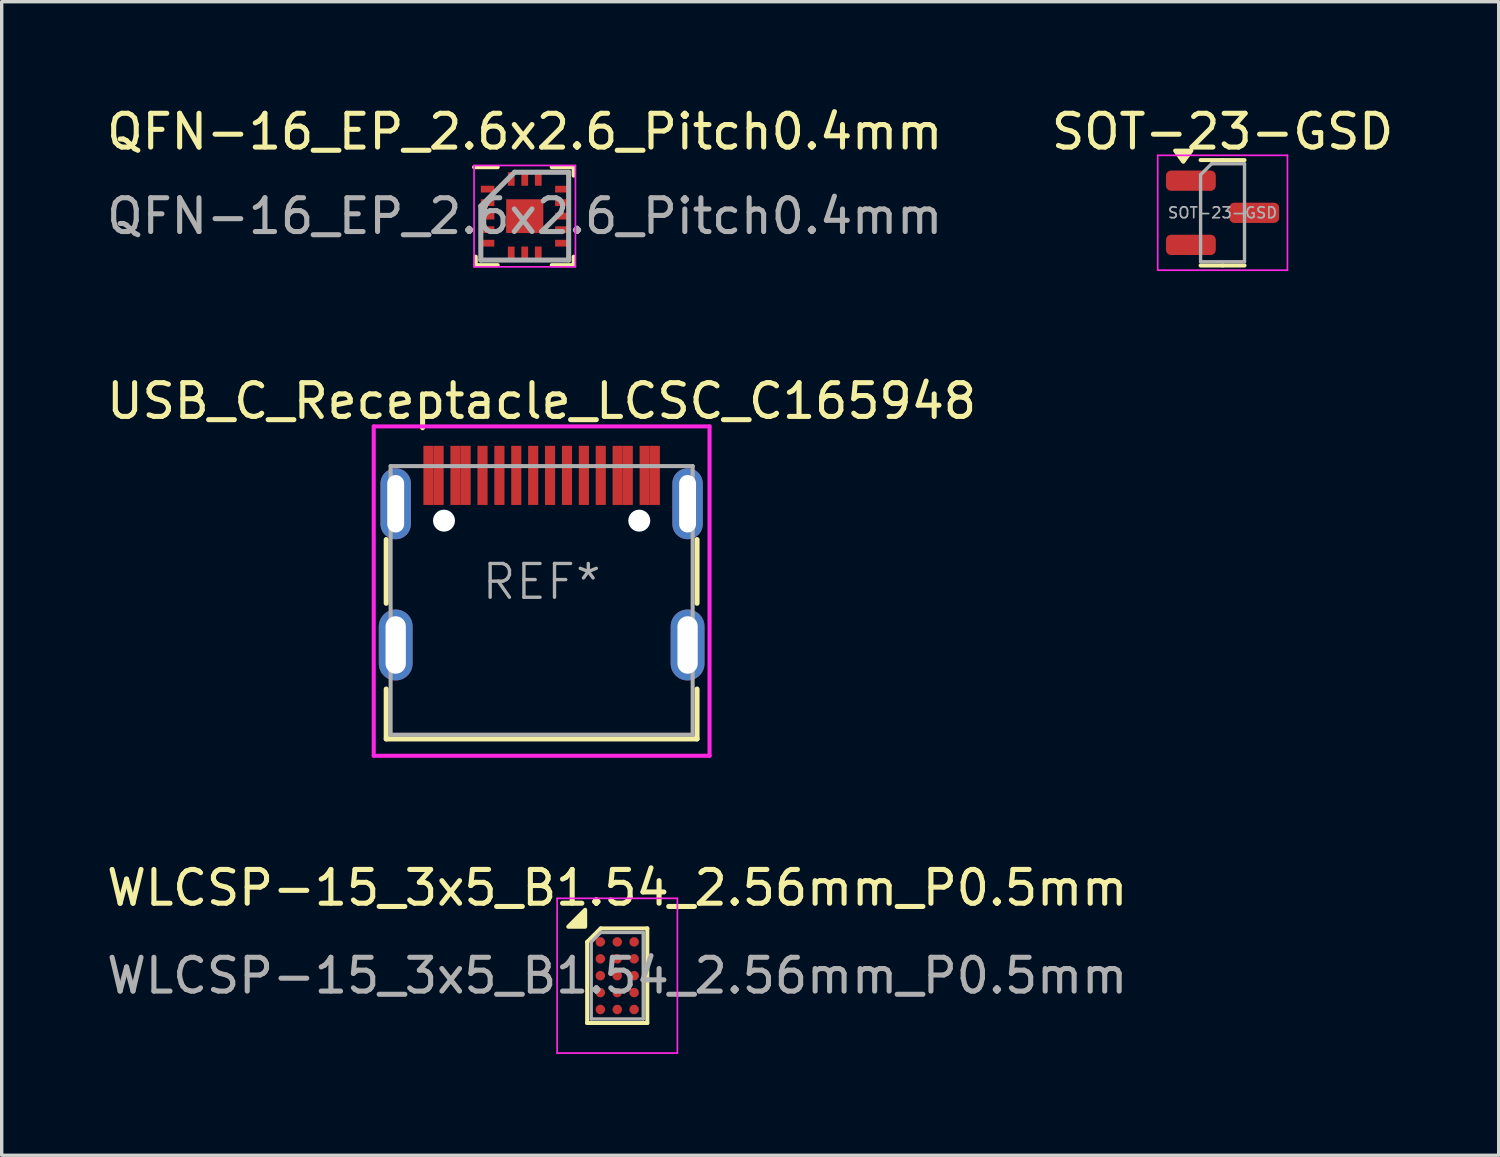
<source format=kicad_pcb>
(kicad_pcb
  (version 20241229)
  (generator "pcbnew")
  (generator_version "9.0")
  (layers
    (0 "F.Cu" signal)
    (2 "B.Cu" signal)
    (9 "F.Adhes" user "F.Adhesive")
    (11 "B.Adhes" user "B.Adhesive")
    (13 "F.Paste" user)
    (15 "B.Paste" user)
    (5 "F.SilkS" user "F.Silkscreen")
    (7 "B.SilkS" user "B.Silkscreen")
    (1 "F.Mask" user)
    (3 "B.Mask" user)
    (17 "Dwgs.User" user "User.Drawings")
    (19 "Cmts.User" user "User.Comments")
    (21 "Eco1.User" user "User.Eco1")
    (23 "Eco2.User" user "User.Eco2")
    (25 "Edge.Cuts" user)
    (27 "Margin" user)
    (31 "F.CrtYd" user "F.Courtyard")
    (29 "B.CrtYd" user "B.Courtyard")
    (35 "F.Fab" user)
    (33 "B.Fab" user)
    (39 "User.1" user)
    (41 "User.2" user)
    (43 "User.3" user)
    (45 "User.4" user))
  (footprint "QFN-16_EP_2.6x2.6_Pitch0.4mm"
    (layer "F.Cu")
    (at 12.482 3.348)
    (property "Reference" "QFN-16_EP_2.6x2.6_Pitch0.4mm" (at 0 -2.5 0) (layer "F.SilkS") (effects (font (size 1 1) (thickness 0.15))))
    (attr smd)
    (fp_line (start -1.45 1.45) (end -1.45 1.2) (stroke (width 0.12) (type default)) (layer "F.SilkS"))
    (fp_line (start -0.8 -1.45) (end -1.5 -1.45) (stroke (width 0.12) (type default)) (layer "F.SilkS"))
    (fp_line (start -0.8 1.45) (end -1.45 1.45) (stroke (width 0.12) (type default)) (layer "F.SilkS"))
    (fp_line (start 0.8 -1.45) (end 1.45 -1.45) (stroke (width 0.12) (type default)) (layer "F.SilkS"))
    (fp_line (start 0.8 1.45) (end 1.45 1.45) (stroke (width 0.12) (type default)) (layer "F.SilkS"))
    (fp_line (start 1.45 -1.45) (end 1.45 -1.2) (stroke (width 0.12) (type default)) (layer "F.SilkS"))
    (fp_line (start 1.45 1.45) (end 1.45 1.2) (stroke (width 0.12) (type default)) (layer "F.SilkS"))
    (fp_line (start -1.5 -1.5) (end 1.5 -1.5) (stroke (width 0.05) (type default)) (layer "F.CrtYd"))
    (fp_line (start -1.5 1.5) (end -1.5 -1.5) (stroke (width 0.05) (type default)) (layer "F.CrtYd"))
    (fp_line (start 1.5 -1.5) (end 1.5 1.5) (stroke (width 0.05) (type default)) (layer "F.CrtYd"))
    (fp_line (start 1.5 1.5) (end -1.5 1.5) (stroke (width 0.05) (type default)) (layer "F.CrtYd"))
    (fp_line (start -1.3 -0.3) (end -1.3 1.3) (stroke (width 0.15) (type default)) (layer "F.Fab"))
    (fp_line (start -1.3 1.3) (end 1.3 1.3) (stroke (width 0.15) (type default)) (layer "F.Fab"))
    (fp_line (start -0.3 -1.3) (end -1.3 -0.3) (stroke (width 0.15) (type default)) (layer "F.Fab"))
    (fp_line (start 1.3 -1.3) (end -0.3 -1.3) (stroke (width 0.15) (type default)) (layer "F.Fab"))
    (fp_line (start 1.3 1.3) (end 1.3 -1.3) (stroke (width 0.15) (type default)) (layer "F.Fab"))
    (fp_text user "${REFERENCE}" (at 0 0 0) (layer "F.Fab") (effects (font (size 1 1) (thickness 0.15))))
    (pad "" smd rect (at -0.412 -0.375) (size 0.025 0.000001) (layers "F.Paste"))
    (pad "" smd rect (at -0.412 -0.125) (size 0.025 0.000001) (layers "F.Paste"))
    (pad "" smd rect (at -0.412 0.125) (size 0.025 0.000001) (layers "F.Paste"))
    (pad "" smd rect (at -0.412 0.375) (size 0.025 0.000001) (layers "F.Paste"))
    (pad "" smd rect (at -0.138 -0.375) (size 0.025 0.000001) (layers "F.Paste"))
    (pad "" smd rect (at -0.138 -0.125) (size 0.025 0.000001) (layers "F.Paste"))
    (pad "" smd rect (at -0.138 0.125) (size 0.025 0.000001) (layers "F.Paste"))
    (pad "" smd rect (at -0.138 0.375) (size 0.025 0.000001) (layers "F.Paste"))
    (pad "" smd rect (at 0.138 -0.375) (size 0.025 0.000001) (layers "F.Paste"))
    (pad "" smd rect (at 0.138 -0.125) (size 0.025 0.000001) (layers "F.Paste"))
    (pad "" smd rect (at 0.138 0.125) (size 0.025 0.000001) (layers "F.Paste"))
    (pad "" smd rect (at 0.138 0.375) (size 0.025 0.000001) (layers "F.Paste"))
    (pad "" smd rect (at 0.412 -0.375) (size 0.025 0.000001) (layers "F.Paste"))
    (pad "" smd rect (at 0.412 -0.125) (size 0.025 0.000001) (layers "F.Paste"))
    (pad "" smd rect (at 0.412 0.125) (size 0.025 0.000001) (layers "F.Paste"))
    (pad "" smd rect (at 0.412 0.375) (size 0.025 0.000001) (layers "F.Paste"))
    (pad "1" smd rect (at -1.1 -0.8 90) (size 0.2 0.4) (layers "F.Cu" "F.Mask" "F.Paste"))
    (pad "2" smd rect (at -1.1 -0.4 90) (size 0.2 0.4) (layers "F.Cu" "F.Mask" "F.Paste"))
    (pad "3" smd rect (at -1.1 0 90) (size 0.2 0.4) (layers "F.Cu" "F.Mask" "F.Paste"))
    (pad "4" smd rect (at -1.1 0.4 90) (size 0.2 0.4) (layers "F.Cu" "F.Mask" "F.Paste"))
    (pad "5" smd rect (at -1.1 0.8 90) (size 0.2 0.4) (layers "F.Cu" "F.Mask" "F.Paste"))
    (pad "6" smd rect (at -0.4 1.1) (size 0.2 0.4) (layers "F.Cu" "F.Mask" "F.Paste"))
    (pad "7" smd rect (at 0 1.1) (size 0.2 0.4) (layers "F.Cu" "F.Mask" "F.Paste"))
    (pad "8" smd rect (at 0.4 1.1) (size 0.2 0.4) (layers "F.Cu" "F.Mask" "F.Paste"))
    (pad "9" smd rect (at 1.1 0.8 90) (size 0.2 0.4) (layers "F.Cu" "F.Mask" "F.Paste"))
    (pad "10" smd rect (at 1.1 0.4 90) (size 0.2 0.4) (layers "F.Cu" "F.Mask" "F.Paste"))
    (pad "11" smd rect (at 1.1 0 90) (size 0.2 0.4) (layers "F.Cu" "F.Mask" "F.Paste"))
    (pad "12" smd rect (at 1.1 -0.4 90) (size 0.2 0.4) (layers "F.Cu" "F.Mask" "F.Paste"))
    (pad "13" smd rect (at 1.1 -0.8 90) (size 0.2 0.4) (layers "F.Cu" "F.Mask" "F.Paste"))
    (pad "14" smd rect (at 0.4 -1.1) (size 0.2 0.4) (layers "F.Cu" "F.Mask" "F.Paste"))
    (pad "15" smd rect (at 0 -1.1) (size 0.2 0.4) (layers "F.Cu" "F.Mask" "F.Paste"))
    (pad "16" smd rect (at -0.4 -1.1) (size 0.2 0.4) (layers "F.Cu" "F.Mask" "F.Paste"))
    (pad "17" smd rect (at 0 0) (size 1.1 1) (layers "F.Cu" "F.Mask")))
  (footprint "WLCSP-15_3x5_B1.54_2.56mm_P0.5mm"
    (layer "F.Cu")
    (at 15.22 25.83)
    (property "Reference" "WLCSP-15_3x5_B1.54_2.56mm_P0.5mm" (at 0 -2.6 0) (layer "F.SilkS") (effects (font (size 1 1) (thickness 0.15))))
    (attr smd)
    (fp_line (start -0.89 -1) (end -0.49 -1.4) (stroke (width 0.12) (type solid)) (layer "F.SilkS"))
    (fp_line (start -0.89 1.4) (end -0.89 -1) (stroke (width 0.12) (type solid)) (layer "F.SilkS"))
    (fp_line (start -0.49 -1.4) (end 0.89 -1.4) (stroke (width 0.12) (type solid)) (layer "F.SilkS"))
    (fp_line (start 0.89 -1.4) (end 0.89 1.4) (stroke (width 0.12) (type solid)) (layer "F.SilkS"))
    (fp_line (start 0.89 1.4) (end -0.89 1.4) (stroke (width 0.12) (type solid)) (layer "F.SilkS"))
    (fp_poly (pts (xy -0.95 -1.45) (xy -1.45 -1.45) (xy -0.95 -1.95) (xy -0.95 -1.45)) (stroke (width 0.12) (type solid)) (fill yes) (layer "F.SilkS"))
    (fp_line (start -1.78 -2.29) (end -1.78 2.29) (stroke (width 0.05) (type solid)) (layer "F.CrtYd"))
    (fp_line (start -1.78 -2.29) (end 1.78 -2.29) (stroke (width 0.05) (type solid)) (layer "F.CrtYd"))
    (fp_line (start 1.78 2.29) (end -1.78 2.29) (stroke (width 0.05) (type solid)) (layer "F.CrtYd"))
    (fp_line (start 1.78 2.29) (end 1.78 -2.29) (stroke (width 0.05) (type solid)) (layer "F.CrtYd"))
    (fp_line (start -0.77 1.28) (end -0.77 -1) (stroke (width 0.1) (type solid)) (layer "F.Fab"))
    (fp_line (start -0.49 -1.28) (end -0.77 -1) (stroke (width 0.1) (type default)) (layer "F.Fab"))
    (fp_line (start -0.49 -1.28) (end 0.77 -1.28) (stroke (width 0.1) (type solid)) (layer "F.Fab"))
    (fp_line (start 0.77 -1.28) (end 0.77 1.28) (stroke (width 0.1) (type solid)) (layer "F.Fab"))
    (fp_line (start 0.77 1.28) (end -0.77 1.28) (stroke (width 0.1) (type solid)) (layer "F.Fab"))
    (fp_text user "${REFERENCE}" (at 0 0 0) (layer "F.Fab") (effects (font (size 1 1) (thickness 0.15))))
    (pad "A1" smd circle (at -0.5 -1) (size 0.28 0.28) (property pad_prop_bga) (layers "F.Cu" "F.Mask" "F.Paste"))
    (pad "A2" smd circle (at 0 -1) (size 0.28 0.28) (property pad_prop_bga) (layers "F.Cu" "F.Mask" "F.Paste"))
    (pad "A3" smd circle (at 0.5 -1) (size 0.28 0.28) (property pad_prop_bga) (layers "F.Cu" "F.Mask" "F.Paste"))
    (pad "B1" smd circle (at -0.5 -0.5) (size 0.28 0.28) (property pad_prop_bga) (layers "F.Cu" "F.Mask" "F.Paste"))
    (pad "B2" smd circle (at 0 -0.5) (size 0.28 0.28) (property pad_prop_bga) (layers "F.Cu" "F.Mask" "F.Paste"))
    (pad "B3" smd circle (at 0.5 -0.5) (size 0.28 0.28) (property pad_prop_bga) (layers "F.Cu" "F.Mask" "F.Paste"))
    (pad "C1" smd circle (at -0.5 0) (size 0.28 0.28) (property pad_prop_bga) (layers "F.Cu" "F.Mask" "F.Paste"))
    (pad "C2" smd circle (at 0 0) (size 0.28 0.28) (property pad_prop_bga) (layers "F.Cu" "F.Mask" "F.Paste"))
    (pad "C3" smd circle (at 0.5 0) (size 0.28 0.28) (property pad_prop_bga) (layers "F.Cu" "F.Mask" "F.Paste"))
    (pad "D1" smd circle (at -0.5 0.5) (size 0.28 0.28) (property pad_prop_bga) (layers "F.Cu" "F.Mask" "F.Paste"))
    (pad "D2" smd circle (at 0 0.5) (size 0.28 0.28) (property pad_prop_bga) (layers "F.Cu" "F.Mask" "F.Paste"))
    (pad "D3" smd circle (at 0.5 0.5) (size 0.28 0.28) (property pad_prop_bga) (layers "F.Cu" "F.Mask" "F.Paste"))
    (pad "E1" smd circle (at -0.5 1) (size 0.28 0.28) (property pad_prop_bga) (layers "F.Cu" "F.Mask" "F.Paste"))
    (pad "E2" smd circle (at 0 1) (size 0.28 0.28) (property pad_prop_bga) (layers "F.Cu" "F.Mask" "F.Paste"))
    (pad "E3" smd circle (at 0.5 1) (size 0.28 0.28) (property pad_prop_bga) (layers "F.Cu" "F.Mask" "F.Paste")))
  (footprint "SOT-23-GSD"
    (layer "F.Cu")
    (at 33.137 3.248)
    (property "Reference" "SOT-23-GSD" (at 0 -2.4 0) (layer "F.SilkS") (effects (font (size 1 1) (thickness 0.15))))
    (attr smd)
    (fp_line (start 0 -1.56) (end -0.65 -1.56) (stroke (width 0.12) (type solid)) (layer "F.SilkS"))
    (fp_line (start 0 -1.56) (end 0.65 -1.56) (stroke (width 0.12) (type solid)) (layer "F.SilkS"))
    (fp_line (start 0 1.56) (end -0.65 1.56) (stroke (width 0.12) (type solid)) (layer "F.SilkS"))
    (fp_line (start 0 1.56) (end 0.65 1.56) (stroke (width 0.12) (type solid)) (layer "F.SilkS"))
    (fp_poly (pts (xy -1.163 -1.51) (xy -1.403 -1.84) (xy -0.922 -1.84) (xy -1.163 -1.51)) (stroke (width 0.12) (type solid)) (fill yes) (layer "F.SilkS"))
    (fp_line (start -1.92 -1.7) (end -1.92 1.7) (stroke (width 0.05) (type solid)) (layer "F.CrtYd"))
    (fp_line (start -1.92 1.7) (end 1.92 1.7) (stroke (width 0.05) (type solid)) (layer "F.CrtYd"))
    (fp_line (start 1.92 -1.7) (end -1.92 -1.7) (stroke (width 0.05) (type solid)) (layer "F.CrtYd"))
    (fp_line (start 1.92 1.7) (end 1.92 -1.7) (stroke (width 0.05) (type solid)) (layer "F.CrtYd"))
    (fp_line (start -0.65 -1.125) (end -0.325 -1.45) (stroke (width 0.1) (type solid)) (layer "F.Fab"))
    (fp_line (start -0.65 1.45) (end -0.65 -1.125) (stroke (width 0.1) (type solid)) (layer "F.Fab"))
    (fp_line (start -0.325 -1.45) (end 0.65 -1.45) (stroke (width 0.1) (type solid)) (layer "F.Fab"))
    (fp_line (start 0.65 -1.45) (end 0.65 1.45) (stroke (width 0.1) (type solid)) (layer "F.Fab"))
    (fp_line (start 0.65 1.45) (end -0.65 1.45) (stroke (width 0.1) (type solid)) (layer "F.Fab"))
    (fp_text user "${REFERENCE}" (at 0 0 0) (layer "F.Fab") (effects (font (size 0.32 0.32) (thickness 0.05))))
    (pad "1" smd roundrect (at -0.938 -0.95) (size 1.475 0.6) (layers "F.Cu" "F.Mask" "F.Paste") (roundrect_rratio 0.25))
    (pad "2" smd roundrect (at -0.938 0.95) (size 1.475 0.6) (layers "F.Cu" "F.Mask" "F.Paste") (roundrect_rratio 0.25))
    (pad "3" smd roundrect (at 0.938 0) (size 1.475 0.6) (layers "F.Cu" "F.Mask" "F.Paste") (roundrect_rratio 0.25)))
  (footprint "USB_C_Receptacle_LCSC_C165948"
    (layer "F.Cu")
    (at 12.982 14.171)
    (property "Reference" "USB_C_Receptacle_LCSC_C165948" (at 0 -5.35 0) (layer "F.SilkS") (effects (font (size 1 1) (thickness 0.15))))
    (attr through_hole)
    (fp_line (start -4.6 0.635) (end -4.6 -1.25) (stroke (width 0.15) (type solid)) (layer "F.SilkS"))
    (fp_line (start -4.6 4.65) (end -4.6 3.175) (stroke (width 0.15) (type solid)) (layer "F.SilkS"))
    (fp_line (start 4.6 0.635) (end 4.6 -1.25) (stroke (width 0.15) (type solid)) (layer "F.SilkS"))
    (fp_line (start 4.6 4.65) (end -4.6 4.65) (stroke (width 0.15) (type solid)) (layer "F.SilkS"))
    (fp_line (start 4.6 4.65) (end 4.6 3.175) (stroke (width 0.15) (type solid)) (layer "F.SilkS"))
    (fp_line (start -4.97 -4.6) (end -4.97 5.15) (stroke (width 0.12) (type solid)) (layer "F.CrtYd"))
    (fp_line (start -4.97 -4.6) (end 4.97 -4.6) (stroke (width 0.12) (type solid)) (layer "F.CrtYd"))
    (fp_line (start -4.97 5.15) (end 4.97 5.15) (stroke (width 0.12) (type solid)) (layer "F.CrtYd"))
    (fp_line (start 4.97 -4.6) (end 4.97 5.15) (stroke (width 0.12) (type solid)) (layer "F.CrtYd"))
    (fp_line (start -4.47 -3.425) (end -4.47 4.525) (stroke (width 0.12) (type solid)) (layer "F.Fab"))
    (fp_line (start -4.47 -3.425) (end 4.47 -3.425) (stroke (width 0.12) (type solid)) (layer "F.Fab"))
    (fp_line (start 4.47 -3.425) (end 4.47 4.525) (stroke (width 0.12) (type solid)) (layer "F.Fab"))
    (fp_line (start 4.47 4.525) (end -4.47 4.525) (stroke (width 0.12) (type solid)) (layer "F.Fab"))
    (fp_text user "REF*" (at 0 0 0) (layer "F.Fab") (effects (font (size 1 1) (thickness 0.1))))
    (pad "" np_thru_hole circle (at -2.89 -1.81) (size 0.65 0.65) (drill 0.65) (layers "*.Cu" "*.Mask"))
    (pad "" np_thru_hole circle (at 2.89 -1.81) (size 0.65 0.65) (drill 0.65) (layers "*.Cu" "*.Mask"))
    (pad "A1" smd rect (at -3.35 -3.15) (size 0.3 1.75) (layers "F.Cu" "F.Mask" "F.Paste"))
    (pad "A4" smd rect (at -2.55 -3.15) (size 0.3 1.75) (layers "F.Cu" "F.Mask" "F.Paste"))
    (pad "A5" smd rect (at -1.25 -3.15) (size 0.3 1.75) (layers "F.Cu" "F.Mask" "F.Paste"))
    (pad "A6" smd rect (at -0.25 -3.15) (size 0.3 1.75) (layers "F.Cu" "F.Mask" "F.Paste"))
    (pad "A7" smd rect (at 0.25 -3.15) (size 0.3 1.75) (layers "F.Cu" "F.Mask" "F.Paste"))
    (pad "A8" smd rect (at 1.25 -3.15) (size 0.3 1.75) (layers "F.Cu" "F.Mask" "F.Paste"))
    (pad "A9" smd rect (at 2.55 -3.15) (size 0.3 1.75) (layers "F.Cu" "F.Mask" "F.Paste"))
    (pad "A12" smd rect (at 3.35 -3.15) (size 0.3 1.75) (layers "F.Cu" "F.Mask" "F.Paste"))
    (pad "B1" smd rect (at 3.05 -3.15) (size 0.3 1.75) (layers "F.Cu" "F.Mask" "F.Paste"))
    (pad "B4" smd rect (at 2.25 -3.15) (size 0.3 1.75) (layers "F.Cu" "F.Mask" "F.Paste"))
    (pad "B5" smd rect (at 1.75 -3.15) (size 0.3 1.75) (layers "F.Cu" "F.Mask" "F.Paste"))
    (pad "B6" smd rect (at 0.75 -3.15) (size 0.3 1.75) (layers "F.Cu" "F.Mask" "F.Paste"))
    (pad "B7" smd rect (at -0.75 -3.15) (size 0.3 1.75) (layers "F.Cu" "F.Mask" "F.Paste"))
    (pad "B8" smd rect (at -1.75 -3.15) (size 0.3 1.75) (layers "F.Cu" "F.Mask" "F.Paste"))
    (pad "B9" smd rect (at -2.25 -3.15) (size 0.3 1.75) (layers "F.Cu" "F.Mask" "F.Paste"))
    (pad "B12" smd rect (at -3.05 -3.15) (size 0.3 1.75) (layers "F.Cu" "F.Mask" "F.Paste"))
    (pad "S1" thru_hole oval (at -4.32 -2.31) (size 0.9 2.1) (drill oval 0.5 1.7) (layers "*.Cu" "*.Paste" "*.Mask"))
    (pad "S1" thru_hole oval (at -4.32 1.87) (size 1 2.1) (drill oval 0.6 1.7) (layers "*.Cu" "*.Paste" "*.Mask"))
    (pad "S1" thru_hole oval (at 4.32 -2.31) (size 0.9 2.1) (drill oval 0.5 1.7) (layers "*.Cu" "*.Paste" "*.Mask"))
    (pad "S1" thru_hole oval (at 4.32 1.87) (size 1 2.1) (drill oval 0.6 1.7) (layers "*.Cu" "*.Paste" "*.Mask")))
  (gr_rect
    (start -3 -3)
    (end 41.31 31.145)
    (stroke (width 0.1) (type default))
    (fill no)
    (layer "Edge.Cuts")))
</source>
